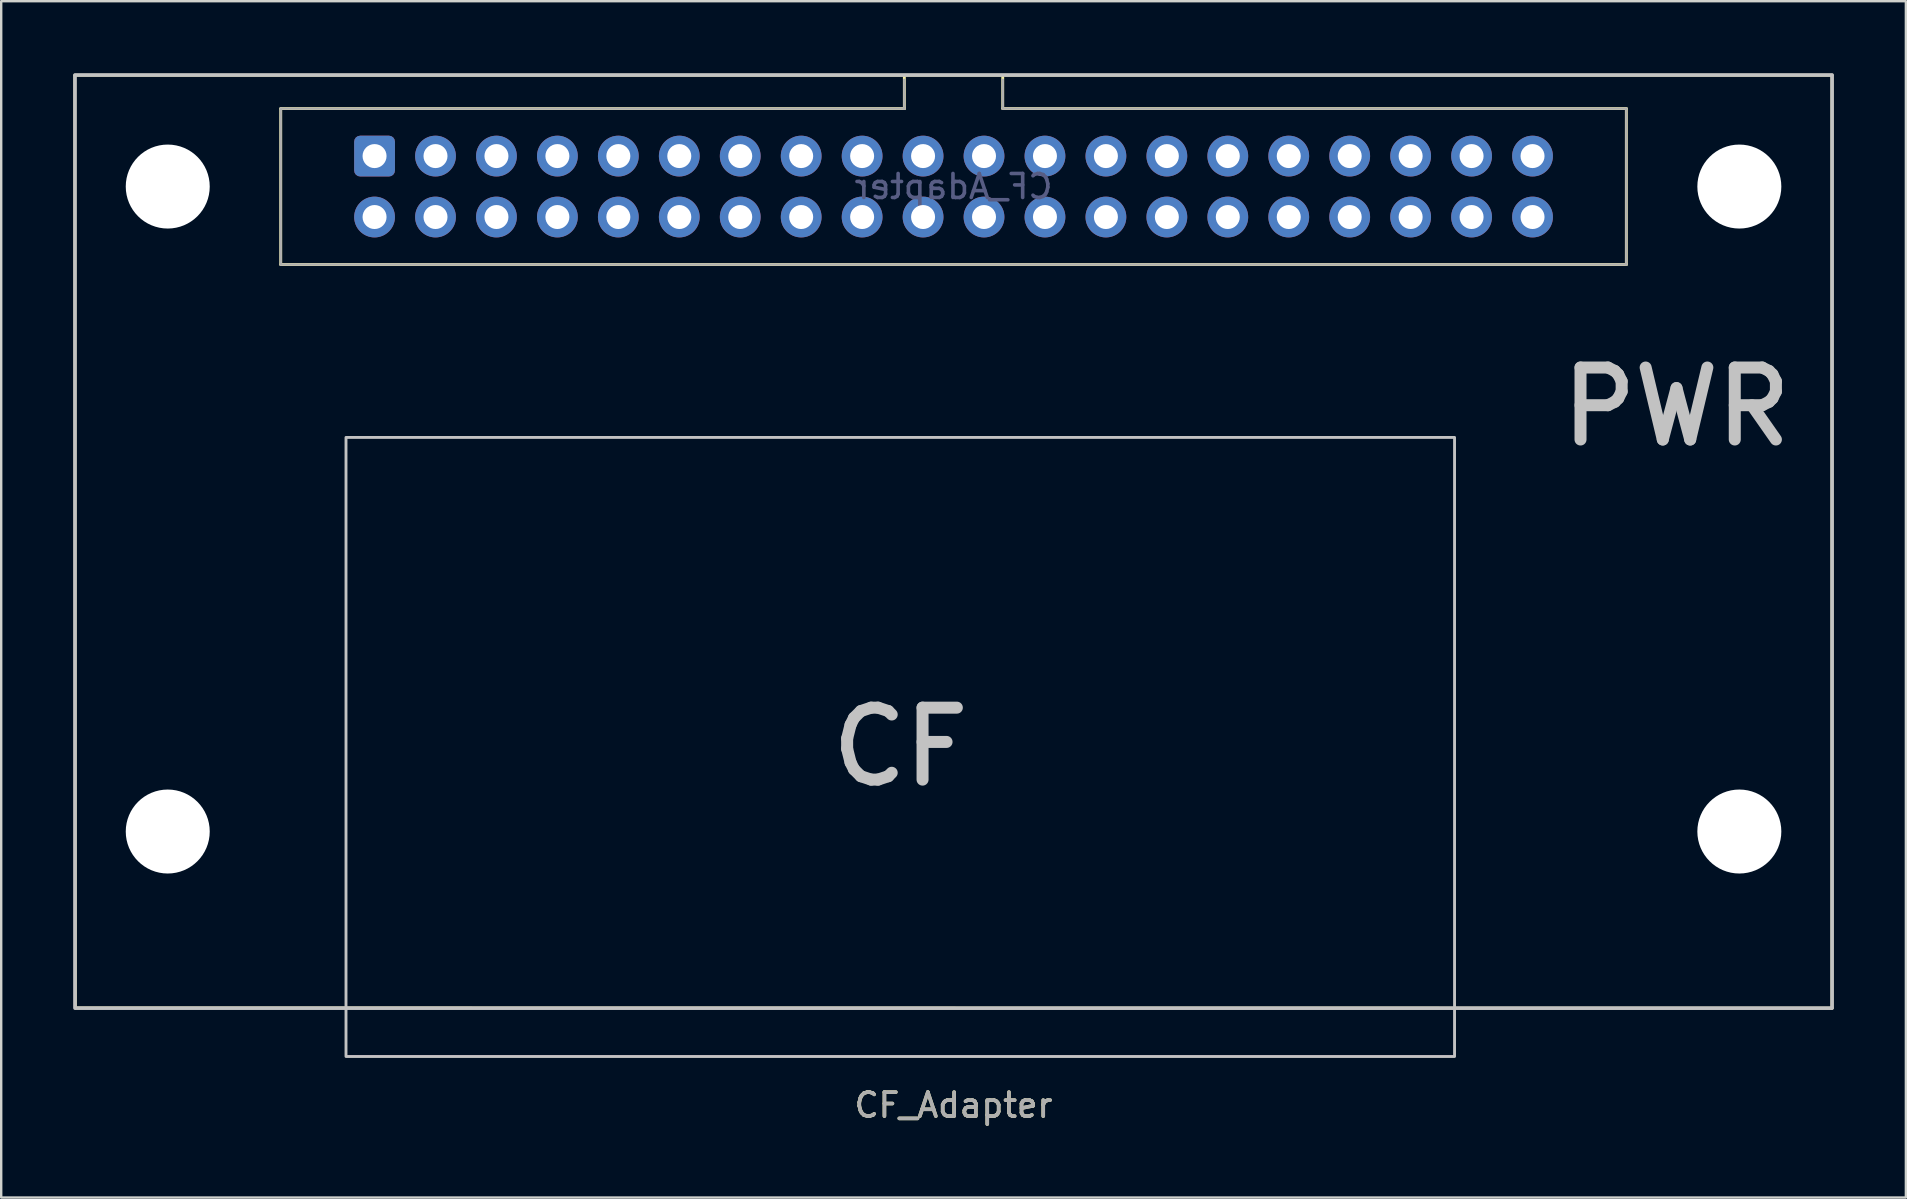
<source format=kicad_pcb>
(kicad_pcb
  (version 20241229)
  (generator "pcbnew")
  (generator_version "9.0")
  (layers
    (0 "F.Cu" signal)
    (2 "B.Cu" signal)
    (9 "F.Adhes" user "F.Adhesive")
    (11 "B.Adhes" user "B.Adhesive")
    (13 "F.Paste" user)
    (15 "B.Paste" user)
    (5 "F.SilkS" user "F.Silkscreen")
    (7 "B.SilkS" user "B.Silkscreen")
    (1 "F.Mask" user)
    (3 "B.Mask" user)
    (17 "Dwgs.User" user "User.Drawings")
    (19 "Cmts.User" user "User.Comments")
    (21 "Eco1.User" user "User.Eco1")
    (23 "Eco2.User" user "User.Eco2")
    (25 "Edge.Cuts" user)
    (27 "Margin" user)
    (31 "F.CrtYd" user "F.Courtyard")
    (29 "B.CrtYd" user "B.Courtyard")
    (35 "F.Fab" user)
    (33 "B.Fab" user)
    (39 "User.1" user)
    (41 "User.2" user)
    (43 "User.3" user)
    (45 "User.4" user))
  (footprint "CF_Adapter"
    (layer "F.Cu")
    (at 36.69 20.52)
    (property "Reference" "CF_Adapter" (at 0 22.49 0) (unlocked yes) (layer "F.SilkS") (effects (font (size 1 1) (thickness 0.15))))
    (attr through_hole)
    (fp_line (start -36.62 -20.425) (end -36.6 18.435) (stroke (width 0.12) (type solid)) (layer "F.SilkS"))
    (fp_line (start -36.6 18.435) (end 36.61 18.445) (stroke (width 0.12) (type solid)) (layer "F.SilkS"))
    (fp_line (start -28.04 -19.045) (end -2.05 -19.045) (stroke (width 0.12) (type solid)) (layer "F.SilkS"))
    (fp_line (start -28.04 -12.545) (end -28.04 -19.045) (stroke (width 0.12) (type solid)) (layer "F.SilkS"))
    (fp_line (start -2.05 -19.045) (end -2.05 -20.355) (stroke (width 0.12) (type solid)) (layer "F.SilkS"))
    (fp_line (start -2.05 -19.045) (end -2.05 -19.045) (stroke (width 0.12) (type solid)) (layer "F.SilkS"))
    (fp_line (start 2.05 -20.355) (end 2.05 -19.045) (stroke (width 0.12) (type solid)) (layer "F.SilkS"))
    (fp_line (start 2.05 -19.045) (end 28.04 -19.045) (stroke (width 0.12) (type solid)) (layer "F.SilkS"))
    (fp_line (start 28.04 -19.045) (end 28.04 -12.545) (stroke (width 0.12) (type solid)) (layer "F.SilkS"))
    (fp_line (start 28.04 -12.545) (end -28.04 -12.545) (stroke (width 0.12) (type solid)) (layer "F.SilkS"))
    (fp_line (start 36.61 -20.435) (end -36.62 -20.435) (stroke (width 0.12) (type solid)) (layer "F.SilkS"))
    (fp_line (start 36.61 18.445) (end 36.61 -20.435) (stroke (width 0.12) (type solid)) (layer "F.SilkS"))
    (fp_rect (start -36.615 -20.445) (end 36.615 18.445) (stroke (width 0.15) (type solid)) (fill no) (layer "Dwgs.User"))
    (fp_rect (start -25.32 -5.34) (end 20.88 20.46) (stroke (width 0.12) (type solid)) (fill no) (layer "Dwgs.User"))
    (fp_line (start -36.62 -20.435) (end -36.61 18.435) (stroke (width 0.05) (type solid)) (layer "F.CrtYd"))
    (fp_line (start -36.61 18.435) (end -25.32 18.445) (stroke (width 0.05) (type solid)) (layer "F.CrtYd"))
    (fp_line (start -25.32 18.445) (end -25.31 20.445) (stroke (width 0.05) (type solid)) (layer "F.CrtYd"))
    (fp_line (start -25.31 20.445) (end 20.88 20.455) (stroke (width 0.05) (type solid)) (layer "F.CrtYd"))
    (fp_line (start 20.88 18.455) (end 36.61 18.445) (stroke (width 0.05) (type solid)) (layer "F.CrtYd"))
    (fp_line (start 20.88 20.455) (end 20.88 18.455) (stroke (width 0.05) (type solid)) (layer "F.CrtYd"))
    (fp_line (start 36.61 -20.435) (end -36.62 -20.435) (stroke (width 0.05) (type solid)) (layer "F.CrtYd"))
    (fp_line (start 36.61 18.445) (end 36.61 -20.435) (stroke (width 0.05) (type solid)) (layer "F.CrtYd"))
    (fp_line (start -28.04 -19.045) (end -2.05 -19.045) (stroke (width 0.1) (type solid)) (layer "F.Fab"))
    (fp_line (start -28.04 -12.545) (end -28.04 -19.045) (stroke (width 0.1) (type solid)) (layer "F.Fab"))
    (fp_line (start -2.05 -19.045) (end -2.05 -20.245) (stroke (width 0.1) (type solid)) (layer "F.Fab"))
    (fp_line (start -2.05 -19.045) (end -2.05 -19.045) (stroke (width 0.1) (type solid)) (layer "F.Fab"))
    (fp_line (start 2.05 -20.245) (end 2.05 -19.045) (stroke (width 0.1) (type solid)) (layer "F.Fab"))
    (fp_line (start 2.05 -19.045) (end 28.04 -19.045) (stroke (width 0.1) (type solid)) (layer "F.Fab"))
    (fp_line (start 28.04 -19.045) (end 28.04 -12.545) (stroke (width 0.1) (type solid)) (layer "F.Fab"))
    (fp_line (start 28.04 -12.545) (end -28.04 -12.545) (stroke (width 0.1) (type solid)) (layer "F.Fab"))
    (fp_text user "CF" (at -2.22 7.56 0) (unlocked yes) (layer "Dwgs.User") (effects (font (size 3 3) (thickness 0.5))))
    (fp_text user "PWR" (at 30.13 -6.615 0) (unlocked yes) (layer "Dwgs.User") (effects (font (size 3 3) (thickness 0.5))))
    (fp_text user "${REFERENCE}" (at 0 -15.795 180) (layer "B.Fab") (effects (font (size 1 1) (thickness 0.15)) (justify mirror)))
    (fp_text user "${REFERENCE}" (at 0 22.49 0) (unlocked yes) (layer "F.Fab") (effects (font (size 1 1) (thickness 0.15))))
    (pad "" np_thru_hole circle (at -32.749 -15.795) (size 3.5 3.5) (drill 3.5) (layers "*.Cu" "*.Mask"))
    (pad "" np_thru_hole circle (at -32.749 11.085) (size 3.5 3.5) (drill 3.5) (layers "*.Cu" "*.Mask"))
    (pad "" np_thru_hole circle (at 32.749 -15.795) (size 3.5 3.5) (drill 3.5) (layers "*.Cu" "*.Mask"))
    (pad "" np_thru_hole circle (at 32.749 11.085) (size 3.5 3.5) (drill 3.5) (layers "*.Cu" "*.Mask"))
    (pad "1" thru_hole roundrect (at -24.13 -17.065 90) (size 1.7 1.7) (drill 1) (layers "*.Cu" "*.Mask") (roundrect_rratio 0.147))
    (pad "2" thru_hole circle (at -24.13 -14.525 90) (size 1.7 1.7) (drill 1) (layers "*.Cu" "*.Mask"))
    (pad "3" thru_hole circle (at -21.59 -17.065 90) (size 1.7 1.7) (drill 1) (layers "*.Cu" "*.Mask"))
    (pad "4" thru_hole circle (at -21.59 -14.525 90) (size 1.7 1.7) (drill 1) (layers "*.Cu" "*.Mask"))
    (pad "5" thru_hole circle (at -19.05 -17.065 90) (size 1.7 1.7) (drill 1) (layers "*.Cu" "*.Mask"))
    (pad "6" thru_hole circle (at -19.05 -14.525 90) (size 1.7 1.7) (drill 1) (layers "*.Cu" "*.Mask"))
    (pad "7" thru_hole circle (at -16.51 -17.065 90) (size 1.7 1.7) (drill 1) (layers "*.Cu" "*.Mask"))
    (pad "8" thru_hole circle (at -16.51 -14.525 90) (size 1.7 1.7) (drill 1) (layers "*.Cu" "*.Mask"))
    (pad "9" thru_hole circle (at -13.97 -17.065 90) (size 1.7 1.7) (drill 1) (layers "*.Cu" "*.Mask"))
    (pad "10" thru_hole circle (at -13.97 -14.525 90) (size 1.7 1.7) (drill 1) (layers "*.Cu" "*.Mask"))
    (pad "11" thru_hole circle (at -11.43 -17.065 90) (size 1.7 1.7) (drill 1) (layers "*.Cu" "*.Mask"))
    (pad "12" thru_hole circle (at -11.43 -14.525 90) (size 1.7 1.7) (drill 1) (layers "*.Cu" "*.Mask"))
    (pad "13" thru_hole circle (at -8.89 -17.065 90) (size 1.7 1.7) (drill 1) (layers "*.Cu" "*.Mask"))
    (pad "14" thru_hole circle (at -8.89 -14.525 90) (size 1.7 1.7) (drill 1) (layers "*.Cu" "*.Mask"))
    (pad "15" thru_hole circle (at -6.35 -17.065 90) (size 1.7 1.7) (drill 1) (layers "*.Cu" "*.Mask"))
    (pad "16" thru_hole circle (at -6.35 -14.525 90) (size 1.7 1.7) (drill 1) (layers "*.Cu" "*.Mask"))
    (pad "17" thru_hole circle (at -3.81 -17.065 90) (size 1.7 1.7) (drill 1) (layers "*.Cu" "*.Mask"))
    (pad "18" thru_hole circle (at -3.81 -14.525 90) (size 1.7 1.7) (drill 1) (layers "*.Cu" "*.Mask"))
    (pad "19" thru_hole circle (at -1.27 -17.065 90) (size 1.7 1.7) (drill 1) (layers "*.Cu" "*.Mask"))
    (pad "20" thru_hole circle (at -1.27 -14.525 90) (size 1.7 1.7) (drill 1) (layers "*.Cu" "*.Mask"))
    (pad "21" thru_hole circle (at 1.27 -17.065 90) (size 1.7 1.7) (drill 1) (layers "*.Cu" "*.Mask"))
    (pad "22" thru_hole circle (at 1.27 -14.525 90) (size 1.7 1.7) (drill 1) (layers "*.Cu" "*.Mask"))
    (pad "23" thru_hole circle (at 3.81 -17.065 90) (size 1.7 1.7) (drill 1) (layers "*.Cu" "*.Mask"))
    (pad "24" thru_hole circle (at 3.81 -14.525 90) (size 1.7 1.7) (drill 1) (layers "*.Cu" "*.Mask"))
    (pad "25" thru_hole circle (at 6.35 -17.065 90) (size 1.7 1.7) (drill 1) (layers "*.Cu" "*.Mask"))
    (pad "26" thru_hole circle (at 6.35 -14.525 90) (size 1.7 1.7) (drill 1) (layers "*.Cu" "*.Mask"))
    (pad "27" thru_hole circle (at 8.89 -17.065 90) (size 1.7 1.7) (drill 1) (layers "*.Cu" "*.Mask"))
    (pad "28" thru_hole circle (at 8.89 -14.525 90) (size 1.7 1.7) (drill 1) (layers "*.Cu" "*.Mask"))
    (pad "29" thru_hole circle (at 11.43 -17.065 90) (size 1.7 1.7) (drill 1) (layers "*.Cu" "*.Mask"))
    (pad "30" thru_hole circle (at 11.43 -14.525 90) (size 1.7 1.7) (drill 1) (layers "*.Cu" "*.Mask"))
    (pad "31" thru_hole circle (at 13.97 -17.065 90) (size 1.7 1.7) (drill 1) (layers "*.Cu" "*.Mask"))
    (pad "32" thru_hole circle (at 13.97 -14.525 90) (size 1.7 1.7) (drill 1) (layers "*.Cu" "*.Mask"))
    (pad "33" thru_hole circle (at 16.51 -17.065 90) (size 1.7 1.7) (drill 1) (layers "*.Cu" "*.Mask"))
    (pad "34" thru_hole circle (at 16.51 -14.525 90) (size 1.7 1.7) (drill 1) (layers "*.Cu" "*.Mask"))
    (pad "35" thru_hole circle (at 19.05 -17.065 90) (size 1.7 1.7) (drill 1) (layers "*.Cu" "*.Mask"))
    (pad "36" thru_hole circle (at 19.05 -14.525 90) (size 1.7 1.7) (drill 1) (layers "*.Cu" "*.Mask"))
    (pad "37" thru_hole circle (at 21.59 -17.065 90) (size 1.7 1.7) (drill 1) (layers "*.Cu" "*.Mask"))
    (pad "38" thru_hole circle (at 21.59 -14.525 90) (size 1.7 1.7) (drill 1) (layers "*.Cu" "*.Mask"))
    (pad "39" thru_hole circle (at 24.13 -17.065 90) (size 1.7 1.7) (drill 1) (layers "*.Cu" "*.Mask"))
    (pad "40" thru_hole circle (at 24.13 -14.525 90) (size 1.7 1.7) (drill 1) (layers "*.Cu" "*.Mask")))
  (gr_rect
    (start -3 -3)
    (end 76.38 46.858)
    (stroke (width 0.1) (type default))
    (fill no)
    (layer "Edge.Cuts")))
</source>
